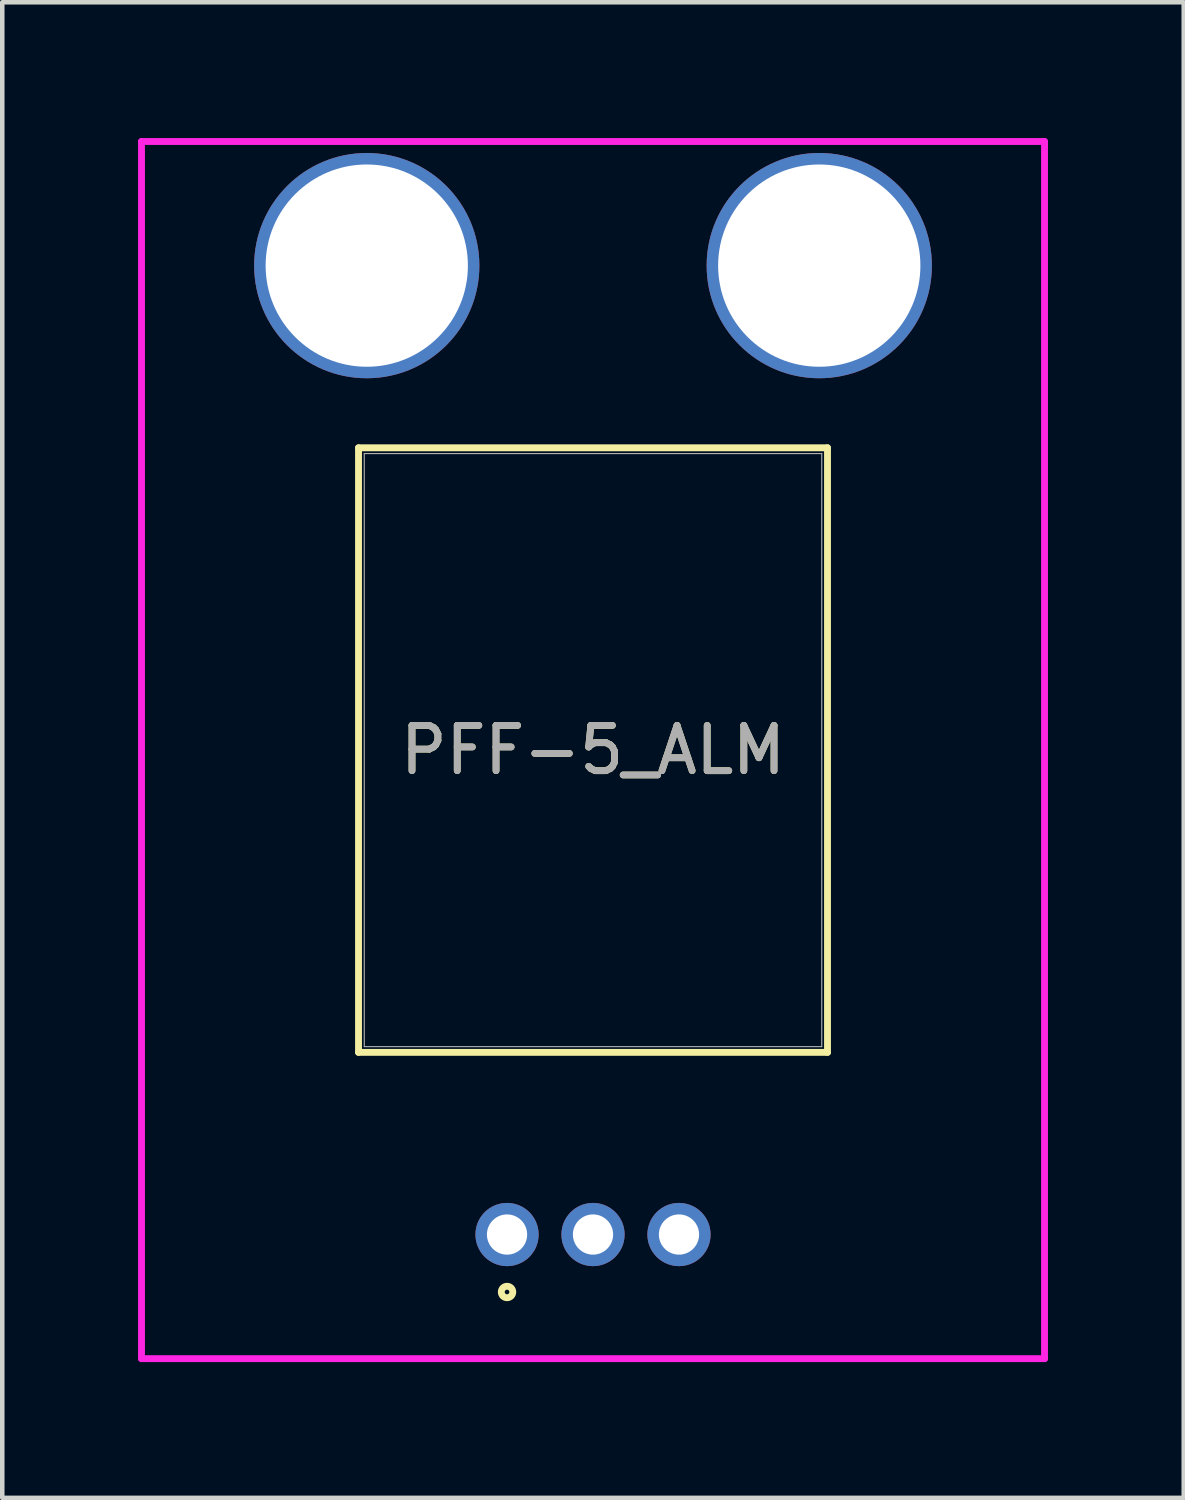
<source format=kicad_pcb>
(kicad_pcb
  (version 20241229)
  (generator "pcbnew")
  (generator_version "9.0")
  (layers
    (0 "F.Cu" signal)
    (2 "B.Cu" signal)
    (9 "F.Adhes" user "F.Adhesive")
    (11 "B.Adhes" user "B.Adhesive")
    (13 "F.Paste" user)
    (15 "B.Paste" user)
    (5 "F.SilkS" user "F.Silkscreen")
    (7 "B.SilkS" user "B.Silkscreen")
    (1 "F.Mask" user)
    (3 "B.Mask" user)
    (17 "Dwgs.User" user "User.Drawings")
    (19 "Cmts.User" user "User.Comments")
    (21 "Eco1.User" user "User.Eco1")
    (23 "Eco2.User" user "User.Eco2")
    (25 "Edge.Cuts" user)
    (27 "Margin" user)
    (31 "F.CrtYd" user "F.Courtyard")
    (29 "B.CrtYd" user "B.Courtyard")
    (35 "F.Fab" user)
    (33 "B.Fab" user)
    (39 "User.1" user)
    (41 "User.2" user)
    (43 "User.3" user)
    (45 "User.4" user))
  (footprint "PFF-5_ALM"
    (layer "F.Cu")
    (at 8.155 24.232)
    (property "Reference" "PFF-5_ALM" (at 1.9 -10.706 0) (unlocked yes) (layer "F.SilkS") (effects (font (size 1 1) (thickness 0.15))))
    (attr through_hole)
    (fp_line (start -3.282 -17.386) (end -3.282 -4.026) (stroke (width 0.152) (type solid)) (layer "F.SilkS"))
    (fp_line (start -3.282 -4.026) (end 7.082 -4.026) (stroke (width 0.152) (type solid)) (layer "F.SilkS"))
    (fp_line (start 7.082 -17.386) (end -3.282 -17.386) (stroke (width 0.152) (type solid)) (layer "F.SilkS"))
    (fp_line (start 7.082 -4.026) (end 7.082 -17.386) (stroke (width 0.152) (type solid)) (layer "F.SilkS"))
    (fp_circle (center 0 1.27) (end 0.127 1.27) (stroke (width 0.152) (type solid)) (fill no) (layer "F.SilkS"))
    (fp_line (start -8.078 -24.155) (end 11.878 -24.155) (stroke (width 0.152) (type solid)) (layer "F.CrtYd"))
    (fp_line (start -8.078 2.743) (end -8.078 -24.155) (stroke (width 0.152) (type solid)) (layer "F.CrtYd"))
    (fp_line (start 11.878 -24.155) (end 11.878 2.743) (stroke (width 0.152) (type solid)) (layer "F.CrtYd"))
    (fp_line (start 11.878 2.743) (end -8.078 2.743) (stroke (width 0.152) (type solid)) (layer "F.CrtYd"))
    (fp_line (start -3.155 -17.259) (end -3.155 -4.153) (stroke (width 0.025) (type solid)) (layer "F.Fab"))
    (fp_line (start -3.155 -4.153) (end 6.955 -4.153) (stroke (width 0.025) (type solid)) (layer "F.Fab"))
    (fp_line (start 6.955 -17.259) (end -3.155 -17.259) (stroke (width 0.025) (type solid)) (layer "F.Fab"))
    (fp_line (start 6.955 -4.153) (end 6.955 -17.259) (stroke (width 0.025) (type solid)) (layer "F.Fab"))
    (fp_circle (center 0 0.254) (end 0.127 0.254) (stroke (width 0.025) (type solid)) (fill no) (layer "F.Fab"))
    (fp_text user "${REFERENCE}" (at 1.9 -10.706 0) (unlocked yes) (layer "F.Fab") (effects (font (size 1 1) (thickness 0.15))))
    (pad "1" thru_hole circle (at 0 0) (size 1.397 1.397) (drill 0.889) (layers "*.Cu" "*.Mask"))
    (pad "2" thru_hole circle (at 1.9 0) (size 1.397 1.397) (drill 0.889) (layers "*.Cu" "*.Mask"))
    (pad "3" thru_hole circle (at 3.8 0) (size 1.397 1.397) (drill 0.889) (layers "*.Cu" "*.Mask"))
    (pad "4" thru_hole circle (at -3.1 -21.412) (size 4.978 4.978) (drill 4.47) (layers "*.Cu" "*.Mask"))
    (pad "5" thru_hole circle (at 6.9 -21.412) (size 4.978 4.978) (drill 4.47) (layers "*.Cu" "*.Mask")))
  (gr_rect
    (start -3 -3)
    (end 23.109 30.051)
    (stroke (width 0.1) (type default))
    (fill no)
    (layer "Edge.Cuts")))
</source>
